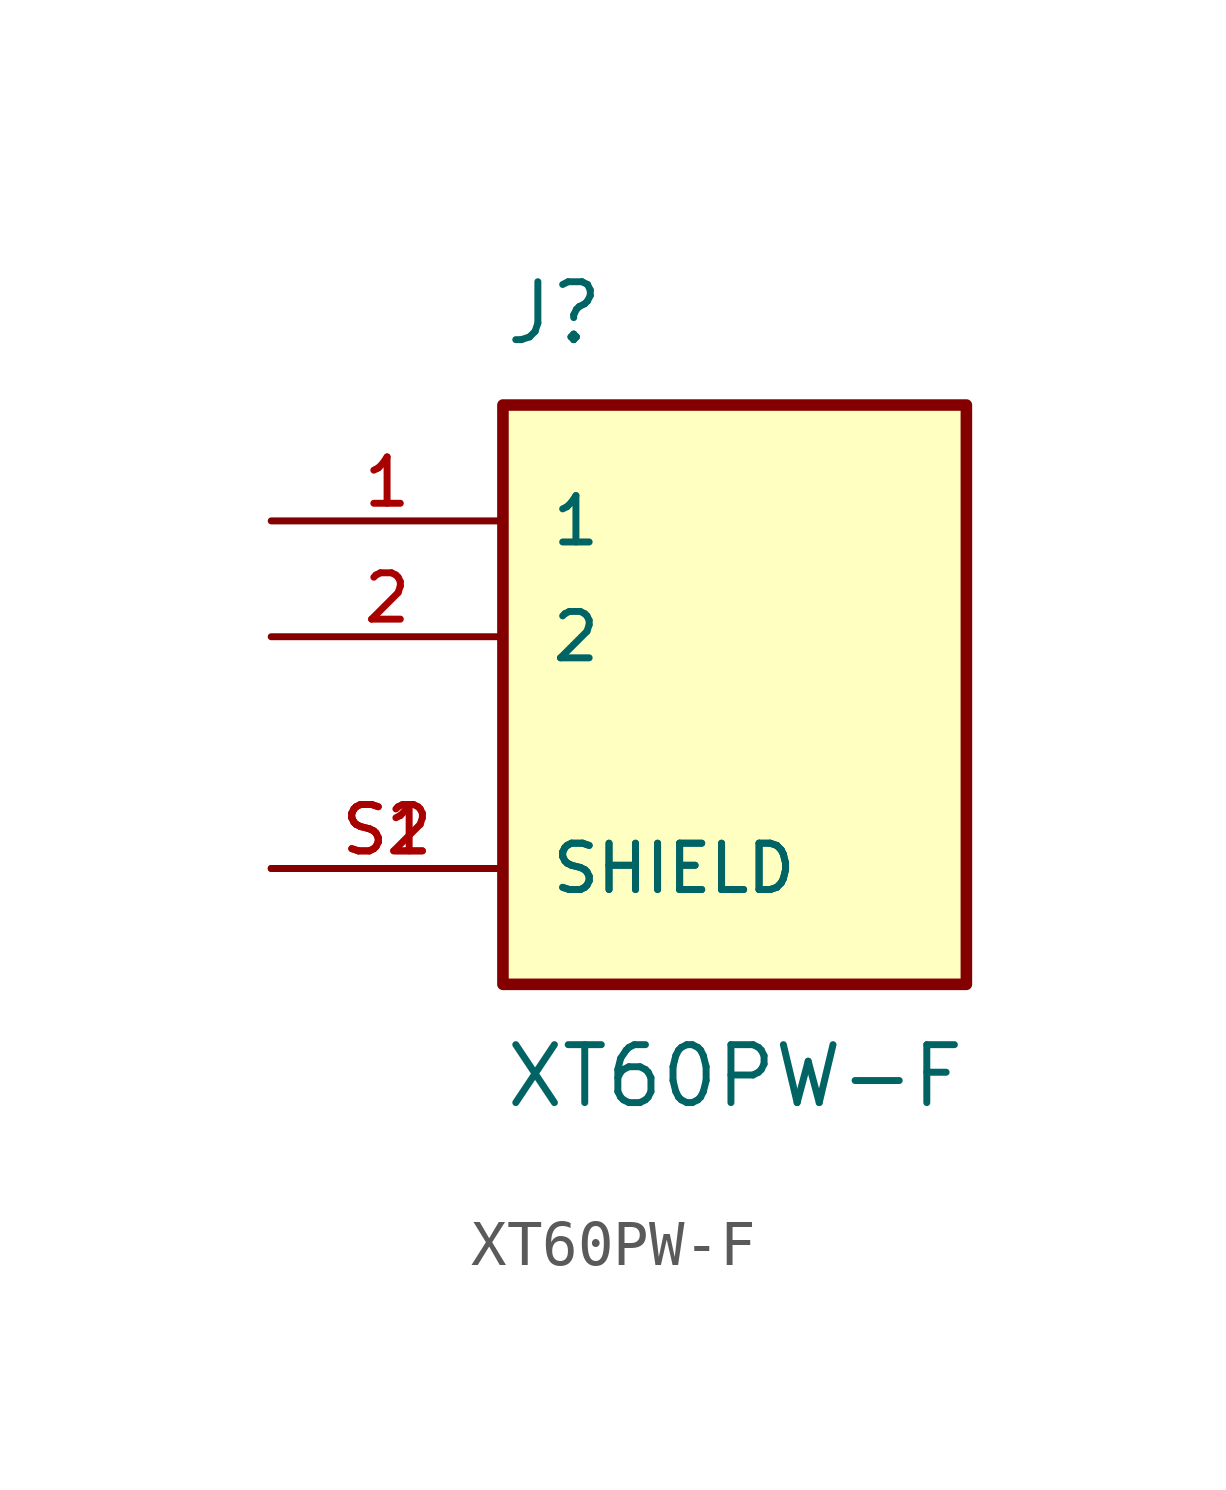
<source format=kicad_sym>
(kicad_symbol_lib
  (version 20231120)
  (generator "kicad_symbol_editor")
  (generator_version "8.0")
  (symbol "XT60PW-F"
    (pin_names
      (offset 1.016))
    (property "Reference" "J"
      (at -5.08 6.35 0)
      (effects (font (size 1.27 1.27)) (justify left bottom)))
    (property "Value" "XT60PW-F"
      (at -5.08 -8.89 0)
      (effects (font (size 1.27 1.27)) (justify left top)))
    (symbol "XT60PW-F_0_0"
      (rectangle (start -5.08 -7.62) (end 5.08 5.08) (stroke (width 0.254) (type default)) (fill (type background)))
      (pin passive line (at -10.16 2.54 0) (length 5.08) (name "1" (effects (font (size 1.016 1.016)))) (number "1" (effects (font (size 1.016 1.016)))))
      (pin passive line (at -10.16 0 0) (length 5.08) (name "2" (effects (font (size 1.016 1.016)))) (number "2" (effects (font (size 1.016 1.016)))))
      (pin passive line (at -10.16 -5.08 0) (length 5.08) (name "SHIELD" (effects (font (size 1.016 1.016)))) (number "S1" (effects (font (size 1.016 1.016)))))
      (pin passive line (at -10.16 -5.08 0) (length 5.08) (name "SHIELD" (effects (font (size 1.016 1.016)))) (number "S2" (effects (font (size 1.016 1.016))))))))
</source>
